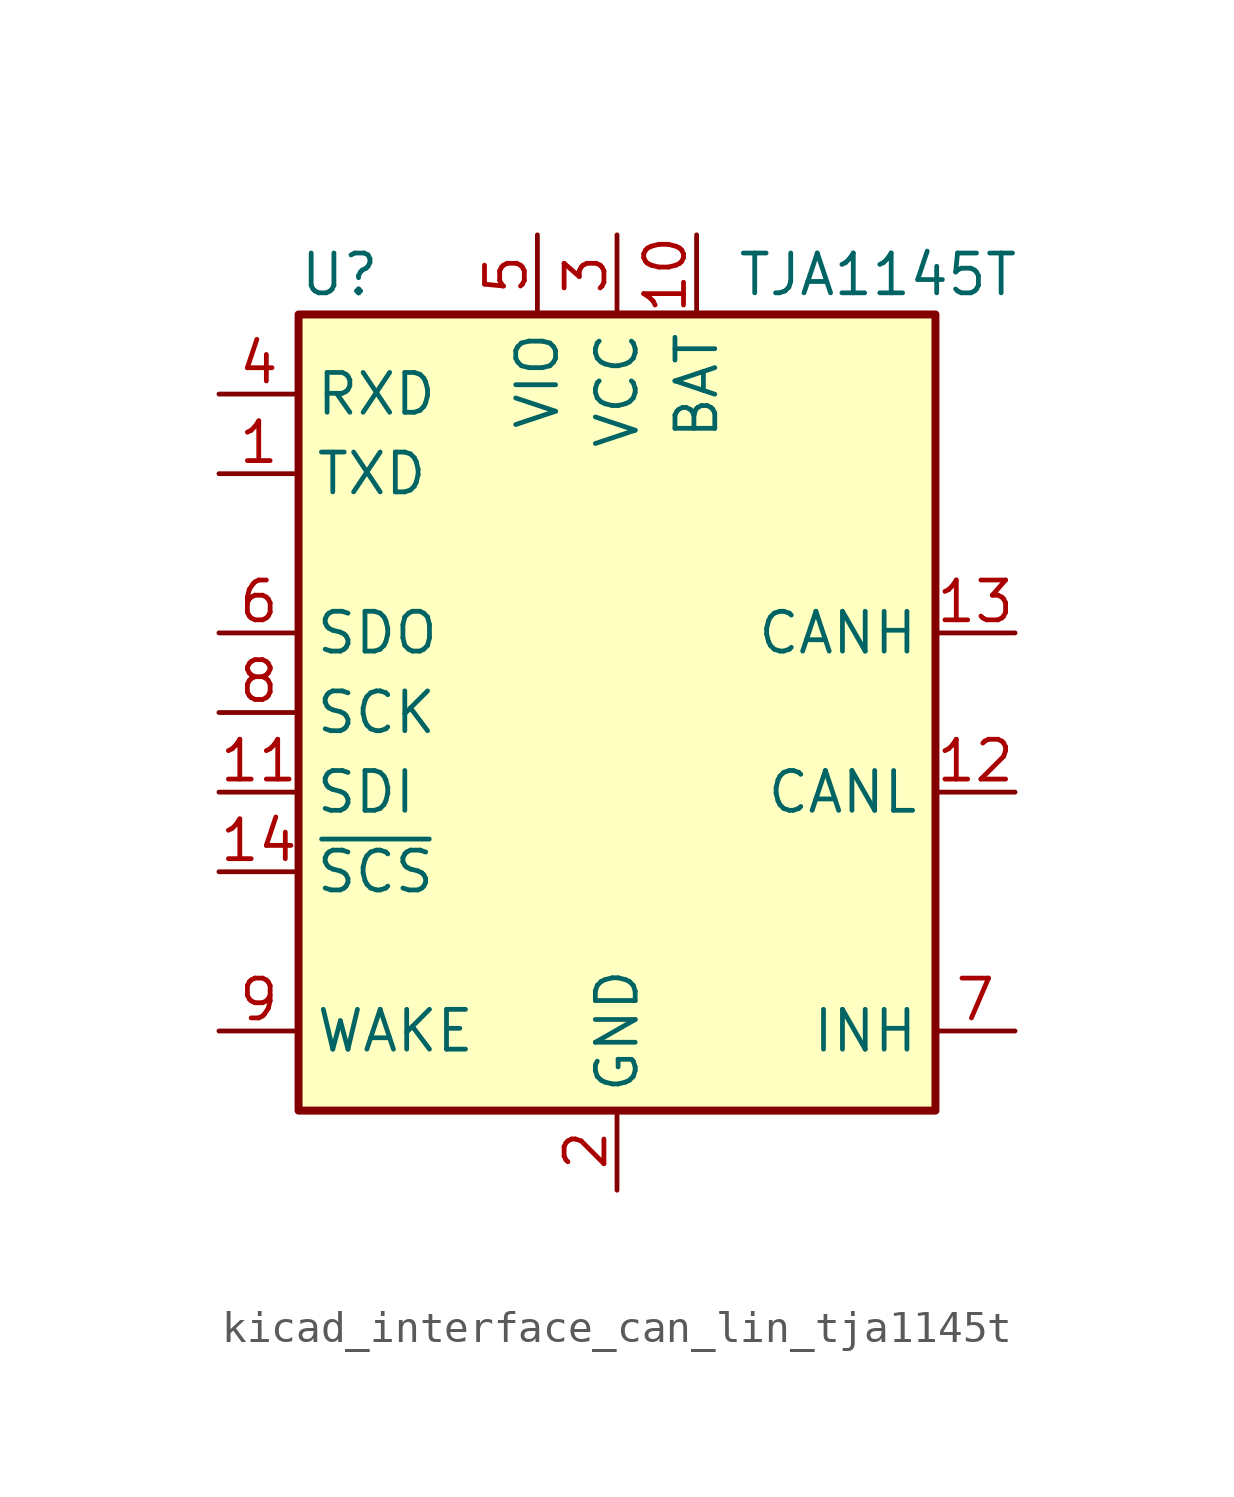
<source format=kicad_sym>
(kicad_symbol_lib
  (version 20220914)
  (generator kicad_symbol_editor)
  (symbol "kicad_interface_can_lin_tja1145t"
    (property "Reference" "U"
      (at -10.16 13.97 0)
      (effects (font (size 1.27 1.27)) (justify left)))
    (property "Value" "TJA1145T"
      (at 3.81 13.97 0)
      (effects (font (size 1.27 1.27)) (justify left)))
    (symbol "kicad_interface_can_lin_tja1145t_0_1"
      (rectangle (start -10.16 12.7) (end 10.16 -12.7) (stroke (width 0.254) (type default)) (fill (type background))))
    (symbol "kicad_interface_can_lin_tja1145t_1_1"
      (pin input line (at -12.7 7.62 0) (length 2.54) (name "TXD" (effects (font (size 1.27 1.27)))) (number "1" (effects (font (size 1.27 1.27)))))
      (pin power_in line (at 2.54 15.24 270) (length 2.54) (name "BAT" (effects (font (size 1.27 1.27)))) (number "10" (effects (font (size 1.27 1.27)))))
      (pin input line (at -12.7 -2.54 0) (length 2.54) (name "SDI" (effects (font (size 1.27 1.27)))) (number "11" (effects (font (size 1.27 1.27)))))
      (pin bidirectional line (at 12.7 -2.54 180) (length 2.54) (name "CANL" (effects (font (size 1.27 1.27)))) (number "12" (effects (font (size 1.27 1.27)))))
      (pin bidirectional line (at 12.7 2.54 180) (length 2.54) (name "CANH" (effects (font (size 1.27 1.27)))) (number "13" (effects (font (size 1.27 1.27)))))
      (pin input line (at -12.7 -5.08 0) (length 2.54) (name "~{SCS}" (effects (font (size 1.27 1.27)))) (number "14" (effects (font (size 1.27 1.27)))))
      (pin power_in line (at 0 -15.24 90) (length 2.54) (name "GND" (effects (font (size 1.27 1.27)))) (number "2" (effects (font (size 1.27 1.27)))))
      (pin power_in line (at 0 15.24 270) (length 2.54) (name "VCC" (effects (font (size 1.27 1.27)))) (number "3" (effects (font (size 1.27 1.27)))))
      (pin output line (at -12.7 10.16 0) (length 2.54) (name "RXD" (effects (font (size 1.27 1.27)))) (number "4" (effects (font (size 1.27 1.27)))))
      (pin power_in line (at -2.54 15.24 270) (length 2.54) (name "VIO" (effects (font (size 1.27 1.27)))) (number "5" (effects (font (size 1.27 1.27)))))
      (pin output line (at -12.7 2.54 0) (length 2.54) (name "SDO" (effects (font (size 1.27 1.27)))) (number "6" (effects (font (size 1.27 1.27)))))
      (pin open_emitter line (at 12.7 -10.16 180) (length 2.54) (name "INH" (effects (font (size 1.27 1.27)))) (number "7" (effects (font (size 1.27 1.27)))))
      (pin input line (at -12.7 0 0) (length 2.54) (name "SCK" (effects (font (size 1.27 1.27)))) (number "8" (effects (font (size 1.27 1.27)))))
      (pin input line (at -12.7 -10.16 0) (length 2.54) (name "WAKE" (effects (font (size 1.27 1.27)))) (number "9" (effects (font (size 1.27 1.27))))))))
</source>
